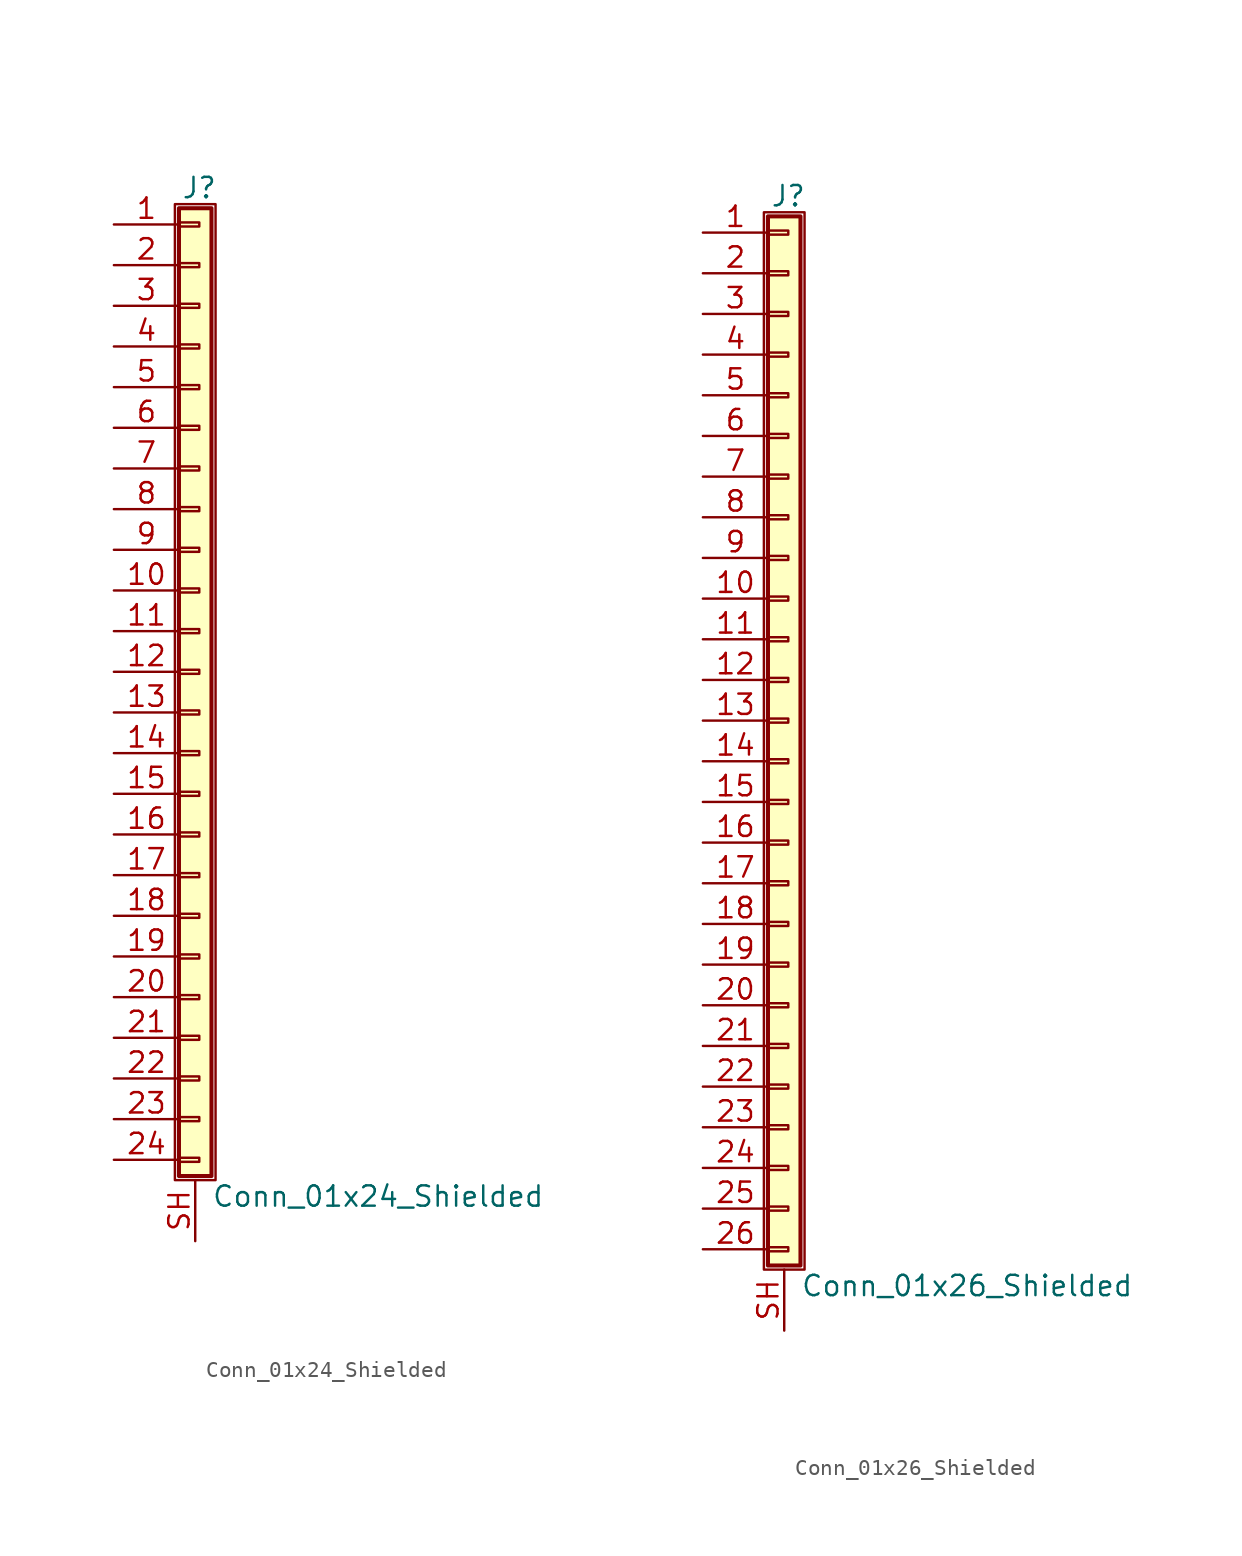
<source format=kicad_sym>
(kicad_symbol_lib
  (version 20201005)
  (generator kicad_symbol_editor)
  (symbol "Conn_01x24_Shielded"
    (pin_names
      (offset 1.016) hide)
    (property "Reference" "J"
      (at 0.254 30.226 0)
      (effects (font (size 1.27 1.27))))
    (property "Value" "Conn_01x24_Shielded"
      (at 1.016 -32.766 0)
      (effects (font (size 1.27 1.27)) (justify left)))
    (symbol "Conn_01x24_Shielded_1_1"
      (rectangle (start -1.27 29.21) (end 1.27 -31.75) (stroke (width 0.152)) (fill (type none)))
      (rectangle (start -1.016 -30.353) (end 0.254 -30.607) (stroke (width 0.152)) (fill (type none)))
      (rectangle (start -1.016 -27.813) (end 0.254 -28.067) (stroke (width 0.152)) (fill (type none)))
      (rectangle (start -1.016 -25.273) (end 0.254 -25.527) (stroke (width 0.152)) (fill (type none)))
      (rectangle (start -1.016 -22.733) (end 0.254 -22.987) (stroke (width 0.152)) (fill (type none)))
      (rectangle (start -1.016 -20.193) (end 0.254 -20.447) (stroke (width 0.152)) (fill (type none)))
      (rectangle (start -1.016 -17.653) (end 0.254 -17.907) (stroke (width 0.152)) (fill (type none)))
      (rectangle (start -1.016 -15.113) (end 0.254 -15.367) (stroke (width 0.152)) (fill (type none)))
      (rectangle (start -1.016 -12.573) (end 0.254 -12.827) (stroke (width 0.152)) (fill (type none)))
      (rectangle (start -1.016 -10.033) (end 0.254 -10.287) (stroke (width 0.152)) (fill (type none)))
      (rectangle (start -1.016 -7.493) (end 0.254 -7.747) (stroke (width 0.152)) (fill (type none)))
      (rectangle (start -1.016 -4.953) (end 0.254 -5.207) (stroke (width 0.152)) (fill (type none)))
      (rectangle (start -1.016 -2.413) (end 0.254 -2.667) (stroke (width 0.152)) (fill (type none)))
      (rectangle (start -1.016 0.127) (end 0.254 -0.127) (stroke (width 0.152)) (fill (type none)))
      (rectangle (start -1.016 2.667) (end 0.254 2.413) (stroke (width 0.152)) (fill (type none)))
      (rectangle (start -1.016 5.207) (end 0.254 4.953) (stroke (width 0.152)) (fill (type none)))
      (rectangle (start -1.016 7.747) (end 0.254 7.493) (stroke (width 0.152)) (fill (type none)))
      (rectangle (start -1.016 10.287) (end 0.254 10.033) (stroke (width 0.152)) (fill (type none)))
      (rectangle (start -1.016 12.827) (end 0.254 12.573) (stroke (width 0.152)) (fill (type none)))
      (rectangle (start -1.016 15.367) (end 0.254 15.113) (stroke (width 0.152)) (fill (type none)))
      (rectangle (start -1.016 17.907) (end 0.254 17.653) (stroke (width 0.152)) (fill (type none)))
      (rectangle (start -1.016 20.447) (end 0.254 20.193) (stroke (width 0.152)) (fill (type none)))
      (rectangle (start -1.016 22.987) (end 0.254 22.733) (stroke (width 0.152)) (fill (type none)))
      (rectangle (start -1.016 25.527) (end 0.254 25.273) (stroke (width 0.152)) (fill (type none)))
      (rectangle (start -1.016 28.067) (end 0.254 27.813) (stroke (width 0.152)) (fill (type none)))
      (rectangle (start -1.016 28.956) (end 1.016 -31.496) (stroke (width 0.254)) (fill (type background)))
      (pin passive line (at -5.08 27.94 0) (length 4.064) (name "Pin_1" (effects (font (size 1.27 1.27)))) (number "1" (effects (font (size 1.27 1.27)))))
      (pin passive line (at -5.08 5.08 0) (length 4.064) (name "Pin_10" (effects (font (size 1.27 1.27)))) (number "10" (effects (font (size 1.27 1.27)))))
      (pin passive line (at -5.08 2.54 0) (length 4.064) (name "Pin_11" (effects (font (size 1.27 1.27)))) (number "11" (effects (font (size 1.27 1.27)))))
      (pin passive line (at -5.08 0 0) (length 4.064) (name "Pin_12" (effects (font (size 1.27 1.27)))) (number "12" (effects (font (size 1.27 1.27)))))
      (pin passive line (at -5.08 -2.54 0) (length 4.064) (name "Pin_13" (effects (font (size 1.27 1.27)))) (number "13" (effects (font (size 1.27 1.27)))))
      (pin passive line (at -5.08 -5.08 0) (length 4.064) (name "Pin_14" (effects (font (size 1.27 1.27)))) (number "14" (effects (font (size 1.27 1.27)))))
      (pin passive line (at -5.08 -7.62 0) (length 4.064) (name "Pin_15" (effects (font (size 1.27 1.27)))) (number "15" (effects (font (size 1.27 1.27)))))
      (pin passive line (at -5.08 -10.16 0) (length 4.064) (name "Pin_16" (effects (font (size 1.27 1.27)))) (number "16" (effects (font (size 1.27 1.27)))))
      (pin passive line (at -5.08 -12.7 0) (length 4.064) (name "Pin_17" (effects (font (size 1.27 1.27)))) (number "17" (effects (font (size 1.27 1.27)))))
      (pin passive line (at -5.08 -15.24 0) (length 4.064) (name "Pin_18" (effects (font (size 1.27 1.27)))) (number "18" (effects (font (size 1.27 1.27)))))
      (pin passive line (at -5.08 -17.78 0) (length 4.064) (name "Pin_19" (effects (font (size 1.27 1.27)))) (number "19" (effects (font (size 1.27 1.27)))))
      (pin passive line (at -5.08 25.4 0) (length 4.064) (name "Pin_2" (effects (font (size 1.27 1.27)))) (number "2" (effects (font (size 1.27 1.27)))))
      (pin passive line (at -5.08 -20.32 0) (length 4.064) (name "Pin_20" (effects (font (size 1.27 1.27)))) (number "20" (effects (font (size 1.27 1.27)))))
      (pin passive line (at -5.08 -22.86 0) (length 4.064) (name "Pin_21" (effects (font (size 1.27 1.27)))) (number "21" (effects (font (size 1.27 1.27)))))
      (pin passive line (at -5.08 -25.4 0) (length 4.064) (name "Pin_22" (effects (font (size 1.27 1.27)))) (number "22" (effects (font (size 1.27 1.27)))))
      (pin passive line (at -5.08 -27.94 0) (length 4.064) (name "Pin_23" (effects (font (size 1.27 1.27)))) (number "23" (effects (font (size 1.27 1.27)))))
      (pin passive line (at -5.08 -30.48 0) (length 4.064) (name "Pin_24" (effects (font (size 1.27 1.27)))) (number "24" (effects (font (size 1.27 1.27)))))
      (pin passive line (at -5.08 22.86 0) (length 4.064) (name "Pin_3" (effects (font (size 1.27 1.27)))) (number "3" (effects (font (size 1.27 1.27)))))
      (pin passive line (at -5.08 20.32 0) (length 4.064) (name "Pin_4" (effects (font (size 1.27 1.27)))) (number "4" (effects (font (size 1.27 1.27)))))
      (pin passive line (at -5.08 17.78 0) (length 4.064) (name "Pin_5" (effects (font (size 1.27 1.27)))) (number "5" (effects (font (size 1.27 1.27)))))
      (pin passive line (at -5.08 15.24 0) (length 4.064) (name "Pin_6" (effects (font (size 1.27 1.27)))) (number "6" (effects (font (size 1.27 1.27)))))
      (pin passive line (at -5.08 12.7 0) (length 4.064) (name "Pin_7" (effects (font (size 1.27 1.27)))) (number "7" (effects (font (size 1.27 1.27)))))
      (pin passive line (at -5.08 10.16 0) (length 4.064) (name "Pin_8" (effects (font (size 1.27 1.27)))) (number "8" (effects (font (size 1.27 1.27)))))
      (pin passive line (at -5.08 7.62 0) (length 4.064) (name "Pin_9" (effects (font (size 1.27 1.27)))) (number "9" (effects (font (size 1.27 1.27)))))
      (pin passive line (at 0 -35.56 90) (length 3.81) (name "Shield" (effects (font (size 1.27 1.27)))) (number "SH" (effects (font (size 1.27 1.27)))))))
  (symbol "Conn_01x26_Shielded"
    (pin_names
      (offset 1.016) hide)
    (property "Reference" "J"
      (at 0.254 32.766 0)
      (effects (font (size 1.27 1.27))))
    (property "Value" "Conn_01x26_Shielded"
      (at 1.016 -35.306 0)
      (effects (font (size 1.27 1.27)) (justify left)))
    (symbol "Conn_01x26_Shielded_1_1"
      (rectangle (start -1.27 31.75) (end 1.27 -34.29) (stroke (width 0.152)) (fill (type none)))
      (rectangle (start -1.016 -32.893) (end 0.254 -33.147) (stroke (width 0.152)) (fill (type none)))
      (rectangle (start -1.016 -30.353) (end 0.254 -30.607) (stroke (width 0.152)) (fill (type none)))
      (rectangle (start -1.016 -27.813) (end 0.254 -28.067) (stroke (width 0.152)) (fill (type none)))
      (rectangle (start -1.016 -25.273) (end 0.254 -25.527) (stroke (width 0.152)) (fill (type none)))
      (rectangle (start -1.016 -22.733) (end 0.254 -22.987) (stroke (width 0.152)) (fill (type none)))
      (rectangle (start -1.016 -20.193) (end 0.254 -20.447) (stroke (width 0.152)) (fill (type none)))
      (rectangle (start -1.016 -17.653) (end 0.254 -17.907) (stroke (width 0.152)) (fill (type none)))
      (rectangle (start -1.016 -15.113) (end 0.254 -15.367) (stroke (width 0.152)) (fill (type none)))
      (rectangle (start -1.016 -12.573) (end 0.254 -12.827) (stroke (width 0.152)) (fill (type none)))
      (rectangle (start -1.016 -10.033) (end 0.254 -10.287) (stroke (width 0.152)) (fill (type none)))
      (rectangle (start -1.016 -7.493) (end 0.254 -7.747) (stroke (width 0.152)) (fill (type none)))
      (rectangle (start -1.016 -4.953) (end 0.254 -5.207) (stroke (width 0.152)) (fill (type none)))
      (rectangle (start -1.016 -2.413) (end 0.254 -2.667) (stroke (width 0.152)) (fill (type none)))
      (rectangle (start -1.016 0.127) (end 0.254 -0.127) (stroke (width 0.152)) (fill (type none)))
      (rectangle (start -1.016 2.667) (end 0.254 2.413) (stroke (width 0.152)) (fill (type none)))
      (rectangle (start -1.016 5.207) (end 0.254 4.953) (stroke (width 0.152)) (fill (type none)))
      (rectangle (start -1.016 7.747) (end 0.254 7.493) (stroke (width 0.152)) (fill (type none)))
      (rectangle (start -1.016 10.287) (end 0.254 10.033) (stroke (width 0.152)) (fill (type none)))
      (rectangle (start -1.016 12.827) (end 0.254 12.573) (stroke (width 0.152)) (fill (type none)))
      (rectangle (start -1.016 15.367) (end 0.254 15.113) (stroke (width 0.152)) (fill (type none)))
      (rectangle (start -1.016 17.907) (end 0.254 17.653) (stroke (width 0.152)) (fill (type none)))
      (rectangle (start -1.016 20.447) (end 0.254 20.193) (stroke (width 0.152)) (fill (type none)))
      (rectangle (start -1.016 22.987) (end 0.254 22.733) (stroke (width 0.152)) (fill (type none)))
      (rectangle (start -1.016 25.527) (end 0.254 25.273) (stroke (width 0.152)) (fill (type none)))
      (rectangle (start -1.016 28.067) (end 0.254 27.813) (stroke (width 0.152)) (fill (type none)))
      (rectangle (start -1.016 30.607) (end 0.254 30.353) (stroke (width 0.152)) (fill (type none)))
      (rectangle (start -1.016 31.496) (end 1.016 -34.036) (stroke (width 0.254)) (fill (type background)))
      (pin passive line (at -5.08 30.48 0) (length 4.064) (name "Pin_1" (effects (font (size 1.27 1.27)))) (number "1" (effects (font (size 1.27 1.27)))))
      (pin passive line (at -5.08 7.62 0) (length 4.064) (name "Pin_10" (effects (font (size 1.27 1.27)))) (number "10" (effects (font (size 1.27 1.27)))))
      (pin passive line (at -5.08 5.08 0) (length 4.064) (name "Pin_11" (effects (font (size 1.27 1.27)))) (number "11" (effects (font (size 1.27 1.27)))))
      (pin passive line (at -5.08 2.54 0) (length 4.064) (name "Pin_12" (effects (font (size 1.27 1.27)))) (number "12" (effects (font (size 1.27 1.27)))))
      (pin passive line (at -5.08 0 0) (length 4.064) (name "Pin_13" (effects (font (size 1.27 1.27)))) (number "13" (effects (font (size 1.27 1.27)))))
      (pin passive line (at -5.08 -2.54 0) (length 4.064) (name "Pin_14" (effects (font (size 1.27 1.27)))) (number "14" (effects (font (size 1.27 1.27)))))
      (pin passive line (at -5.08 -5.08 0) (length 4.064) (name "Pin_15" (effects (font (size 1.27 1.27)))) (number "15" (effects (font (size 1.27 1.27)))))
      (pin passive line (at -5.08 -7.62 0) (length 4.064) (name "Pin_16" (effects (font (size 1.27 1.27)))) (number "16" (effects (font (size 1.27 1.27)))))
      (pin passive line (at -5.08 -10.16 0) (length 4.064) (name "Pin_17" (effects (font (size 1.27 1.27)))) (number "17" (effects (font (size 1.27 1.27)))))
      (pin passive line (at -5.08 -12.7 0) (length 4.064) (name "Pin_18" (effects (font (size 1.27 1.27)))) (number "18" (effects (font (size 1.27 1.27)))))
      (pin passive line (at -5.08 -15.24 0) (length 4.064) (name "Pin_19" (effects (font (size 1.27 1.27)))) (number "19" (effects (font (size 1.27 1.27)))))
      (pin passive line (at -5.08 27.94 0) (length 4.064) (name "Pin_2" (effects (font (size 1.27 1.27)))) (number "2" (effects (font (size 1.27 1.27)))))
      (pin passive line (at -5.08 -17.78 0) (length 4.064) (name "Pin_20" (effects (font (size 1.27 1.27)))) (number "20" (effects (font (size 1.27 1.27)))))
      (pin passive line (at -5.08 -20.32 0) (length 4.064) (name "Pin_21" (effects (font (size 1.27 1.27)))) (number "21" (effects (font (size 1.27 1.27)))))
      (pin passive line (at -5.08 -22.86 0) (length 4.064) (name "Pin_22" (effects (font (size 1.27 1.27)))) (number "22" (effects (font (size 1.27 1.27)))))
      (pin passive line (at -5.08 -25.4 0) (length 4.064) (name "Pin_23" (effects (font (size 1.27 1.27)))) (number "23" (effects (font (size 1.27 1.27)))))
      (pin passive line (at -5.08 -27.94 0) (length 4.064) (name "Pin_24" (effects (font (size 1.27 1.27)))) (number "24" (effects (font (size 1.27 1.27)))))
      (pin passive line (at -5.08 -30.48 0) (length 4.064) (name "Pin_25" (effects (font (size 1.27 1.27)))) (number "25" (effects (font (size 1.27 1.27)))))
      (pin passive line (at -5.08 -33.02 0) (length 4.064) (name "Pin_26" (effects (font (size 1.27 1.27)))) (number "26" (effects (font (size 1.27 1.27)))))
      (pin passive line (at -5.08 25.4 0) (length 4.064) (name "Pin_3" (effects (font (size 1.27 1.27)))) (number "3" (effects (font (size 1.27 1.27)))))
      (pin passive line (at -5.08 22.86 0) (length 4.064) (name "Pin_4" (effects (font (size 1.27 1.27)))) (number "4" (effects (font (size 1.27 1.27)))))
      (pin passive line (at -5.08 20.32 0) (length 4.064) (name "Pin_5" (effects (font (size 1.27 1.27)))) (number "5" (effects (font (size 1.27 1.27)))))
      (pin passive line (at -5.08 17.78 0) (length 4.064) (name "Pin_6" (effects (font (size 1.27 1.27)))) (number "6" (effects (font (size 1.27 1.27)))))
      (pin passive line (at -5.08 15.24 0) (length 4.064) (name "Pin_7" (effects (font (size 1.27 1.27)))) (number "7" (effects (font (size 1.27 1.27)))))
      (pin passive line (at -5.08 12.7 0) (length 4.064) (name "Pin_8" (effects (font (size 1.27 1.27)))) (number "8" (effects (font (size 1.27 1.27)))))
      (pin passive line (at -5.08 10.16 0) (length 4.064) (name "Pin_9" (effects (font (size 1.27 1.27)))) (number "9" (effects (font (size 1.27 1.27)))))
      (pin passive line (at 0 -38.1 90) (length 3.81) (name "Shield" (effects (font (size 1.27 1.27)))) (number "SH" (effects (font (size 1.27 1.27))))))))
</source>
